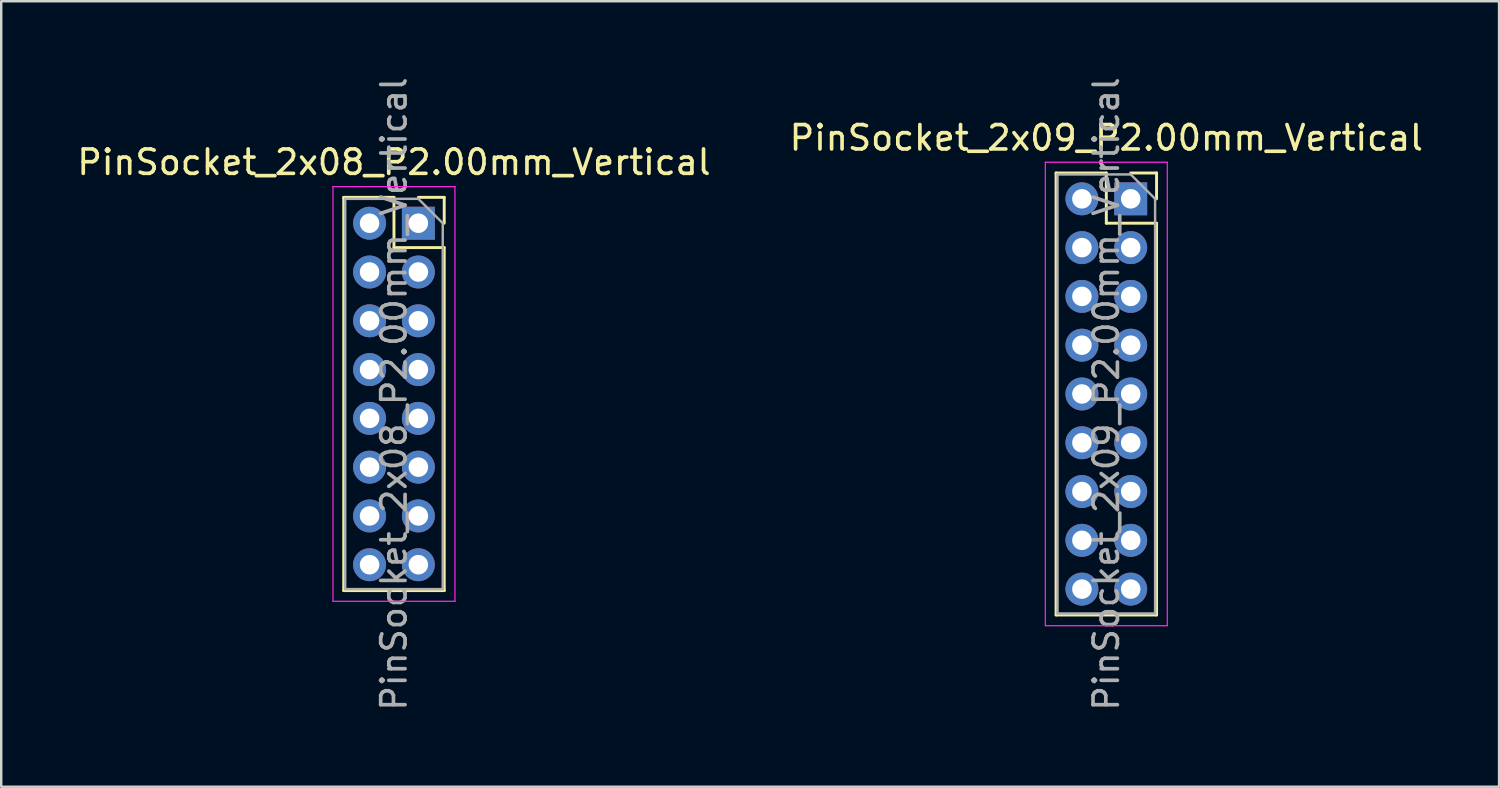
<source format=kicad_pcb>
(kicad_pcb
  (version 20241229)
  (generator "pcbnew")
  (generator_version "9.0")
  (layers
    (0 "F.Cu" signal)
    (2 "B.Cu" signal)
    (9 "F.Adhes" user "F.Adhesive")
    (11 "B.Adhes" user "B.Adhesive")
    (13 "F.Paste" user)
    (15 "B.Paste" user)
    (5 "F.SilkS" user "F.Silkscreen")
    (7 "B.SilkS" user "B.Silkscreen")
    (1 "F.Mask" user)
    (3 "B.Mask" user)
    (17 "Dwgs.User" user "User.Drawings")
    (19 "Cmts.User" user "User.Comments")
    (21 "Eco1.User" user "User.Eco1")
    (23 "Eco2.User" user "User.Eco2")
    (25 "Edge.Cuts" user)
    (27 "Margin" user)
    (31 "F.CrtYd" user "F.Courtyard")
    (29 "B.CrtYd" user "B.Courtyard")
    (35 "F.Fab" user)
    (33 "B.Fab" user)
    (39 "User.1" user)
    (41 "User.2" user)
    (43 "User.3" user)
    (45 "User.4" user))
  (footprint "PinSocket_2x09_P2.00mm_Vertical"
    (layer "F.Cu")
    (at 43.304 5.101)
    (property "Reference" "PinSocket_2x09_P2.00mm_Vertical" (at -1 -2.5 0) (layer "F.SilkS") (effects (font (size 1 1) (thickness 0.15))))
    (attr through_hole)
    (fp_line (start -3.06 -1.06) (end -3.06 17.06) (stroke (width 0.12) (type solid)) (layer "F.SilkS"))
    (fp_line (start -3.06 -1.06) (end -1 -1.06) (stroke (width 0.12) (type solid)) (layer "F.SilkS"))
    (fp_line (start -3.06 17.06) (end 1.06 17.06) (stroke (width 0.12) (type solid)) (layer "F.SilkS"))
    (fp_line (start -1 -1.06) (end -1 1) (stroke (width 0.12) (type solid)) (layer "F.SilkS"))
    (fp_line (start -1 1) (end 1.06 1) (stroke (width 0.12) (type solid)) (layer "F.SilkS"))
    (fp_line (start 0 -1.06) (end 1.06 -1.06) (stroke (width 0.12) (type solid)) (layer "F.SilkS"))
    (fp_line (start 1.06 -1.06) (end 1.06 0) (stroke (width 0.12) (type solid)) (layer "F.SilkS"))
    (fp_line (start 1.06 1) (end 1.06 17.06) (stroke (width 0.12) (type solid)) (layer "F.SilkS"))
    (fp_line (start -3.5 -1.5) (end 1.5 -1.5) (stroke (width 0.05) (type solid)) (layer "F.CrtYd"))
    (fp_line (start -3.5 17.5) (end -3.5 -1.5) (stroke (width 0.05) (type solid)) (layer "F.CrtYd"))
    (fp_line (start 1.5 -1.5) (end 1.5 17.5) (stroke (width 0.05) (type solid)) (layer "F.CrtYd"))
    (fp_line (start 1.5 17.5) (end -3.5 17.5) (stroke (width 0.05) (type solid)) (layer "F.CrtYd"))
    (fp_line (start -3 -1) (end 0 -1) (stroke (width 0.1) (type solid)) (layer "F.Fab"))
    (fp_line (start -3 17) (end -3 -1) (stroke (width 0.1) (type solid)) (layer "F.Fab"))
    (fp_line (start 0 -1) (end 1 0) (stroke (width 0.1) (type solid)) (layer "F.Fab"))
    (fp_line (start 1 0) (end 1 17) (stroke (width 0.1) (type solid)) (layer "F.Fab"))
    (fp_line (start 1 17) (end -3 17) (stroke (width 0.1) (type solid)) (layer "F.Fab"))
    (fp_text user "${REFERENCE}" (at -1 8 90) (layer "F.Fab") (effects (font (size 1 1) (thickness 0.15))))
    (pad "1" thru_hole rect (at 0 0) (size 1.35 1.35) (drill 0.8) (layers "*.Cu" "*.Mask"))
    (pad "2" thru_hole oval (at -2 0) (size 1.35 1.35) (drill 0.8) (layers "*.Cu" "*.Mask"))
    (pad "3" thru_hole oval (at 0 2) (size 1.35 1.35) (drill 0.8) (layers "*.Cu" "*.Mask"))
    (pad "4" thru_hole oval (at -2 2) (size 1.35 1.35) (drill 0.8) (layers "*.Cu" "*.Mask"))
    (pad "5" thru_hole oval (at 0 4) (size 1.35 1.35) (drill 0.8) (layers "*.Cu" "*.Mask"))
    (pad "6" thru_hole oval (at -2 4) (size 1.35 1.35) (drill 0.8) (layers "*.Cu" "*.Mask"))
    (pad "7" thru_hole oval (at 0 6) (size 1.35 1.35) (drill 0.8) (layers "*.Cu" "*.Mask"))
    (pad "8" thru_hole oval (at -2 6) (size 1.35 1.35) (drill 0.8) (layers "*.Cu" "*.Mask"))
    (pad "9" thru_hole oval (at 0 8) (size 1.35 1.35) (drill 0.8) (layers "*.Cu" "*.Mask"))
    (pad "10" thru_hole oval (at -2 8) (size 1.35 1.35) (drill 0.8) (layers "*.Cu" "*.Mask"))
    (pad "11" thru_hole oval (at 0 10) (size 1.35 1.35) (drill 0.8) (layers "*.Cu" "*.Mask"))
    (pad "12" thru_hole oval (at -2 10) (size 1.35 1.35) (drill 0.8) (layers "*.Cu" "*.Mask"))
    (pad "13" thru_hole oval (at 0 12) (size 1.35 1.35) (drill 0.8) (layers "*.Cu" "*.Mask"))
    (pad "14" thru_hole oval (at -2 12) (size 1.35 1.35) (drill 0.8) (layers "*.Cu" "*.Mask"))
    (pad "15" thru_hole oval (at 0 14) (size 1.35 1.35) (drill 0.8) (layers "*.Cu" "*.Mask"))
    (pad "16" thru_hole oval (at -2 14) (size 1.35 1.35) (drill 0.8) (layers "*.Cu" "*.Mask"))
    (pad "17" thru_hole oval (at 0 16) (size 1.35 1.35) (drill 0.8) (layers "*.Cu" "*.Mask"))
    (pad "18" thru_hole oval (at -2 16) (size 1.35 1.35) (drill 0.8) (layers "*.Cu" "*.Mask")))
  (footprint "PinSocket_2x08_P2.00mm_Vertical"
    (layer "F.Cu")
    (at 14.101 6.101)
    (property "Reference" "PinSocket_2x08_P2.00mm_Vertical" (at -1 -2.5 0) (layer "F.SilkS") (effects (font (size 1 1) (thickness 0.15))))
    (attr through_hole)
    (fp_line (start -3.06 -1.06) (end -3.06 15.06) (stroke (width 0.12) (type solid)) (layer "F.SilkS"))
    (fp_line (start -3.06 -1.06) (end -1 -1.06) (stroke (width 0.12) (type solid)) (layer "F.SilkS"))
    (fp_line (start -3.06 15.06) (end 1.06 15.06) (stroke (width 0.12) (type solid)) (layer "F.SilkS"))
    (fp_line (start -1 -1.06) (end -1 1) (stroke (width 0.12) (type solid)) (layer "F.SilkS"))
    (fp_line (start -1 1) (end 1.06 1) (stroke (width 0.12) (type solid)) (layer "F.SilkS"))
    (fp_line (start 0 -1.06) (end 1.06 -1.06) (stroke (width 0.12) (type solid)) (layer "F.SilkS"))
    (fp_line (start 1.06 -1.06) (end 1.06 0) (stroke (width 0.12) (type solid)) (layer "F.SilkS"))
    (fp_line (start 1.06 1) (end 1.06 15.06) (stroke (width 0.12) (type solid)) (layer "F.SilkS"))
    (fp_line (start -3.5 -1.5) (end 1.5 -1.5) (stroke (width 0.05) (type solid)) (layer "F.CrtYd"))
    (fp_line (start -3.5 15.5) (end -3.5 -1.5) (stroke (width 0.05) (type solid)) (layer "F.CrtYd"))
    (fp_line (start 1.5 -1.5) (end 1.5 15.5) (stroke (width 0.05) (type solid)) (layer "F.CrtYd"))
    (fp_line (start 1.5 15.5) (end -3.5 15.5) (stroke (width 0.05) (type solid)) (layer "F.CrtYd"))
    (fp_line (start -3 -1) (end 0 -1) (stroke (width 0.1) (type solid)) (layer "F.Fab"))
    (fp_line (start -3 15) (end -3 -1) (stroke (width 0.1) (type solid)) (layer "F.Fab"))
    (fp_line (start 0 -1) (end 1 0) (stroke (width 0.1) (type solid)) (layer "F.Fab"))
    (fp_line (start 1 0) (end 1 15) (stroke (width 0.1) (type solid)) (layer "F.Fab"))
    (fp_line (start 1 15) (end -3 15) (stroke (width 0.1) (type solid)) (layer "F.Fab"))
    (fp_text user "${REFERENCE}" (at -1 7 90) (layer "F.Fab") (effects (font (size 1 1) (thickness 0.15))))
    (pad "1" thru_hole rect (at 0 0) (size 1.35 1.35) (drill 0.8) (layers "*.Cu" "*.Mask"))
    (pad "2" thru_hole oval (at -2 0) (size 1.35 1.35) (drill 0.8) (layers "*.Cu" "*.Mask"))
    (pad "3" thru_hole oval (at 0 2) (size 1.35 1.35) (drill 0.8) (layers "*.Cu" "*.Mask"))
    (pad "4" thru_hole oval (at -2 2) (size 1.35 1.35) (drill 0.8) (layers "*.Cu" "*.Mask"))
    (pad "5" thru_hole oval (at 0 4) (size 1.35 1.35) (drill 0.8) (layers "*.Cu" "*.Mask"))
    (pad "6" thru_hole oval (at -2 4) (size 1.35 1.35) (drill 0.8) (layers "*.Cu" "*.Mask"))
    (pad "7" thru_hole oval (at 0 6) (size 1.35 1.35) (drill 0.8) (layers "*.Cu" "*.Mask"))
    (pad "8" thru_hole oval (at -2 6) (size 1.35 1.35) (drill 0.8) (layers "*.Cu" "*.Mask"))
    (pad "9" thru_hole oval (at 0 8) (size 1.35 1.35) (drill 0.8) (layers "*.Cu" "*.Mask"))
    (pad "10" thru_hole oval (at -2 8) (size 1.35 1.35) (drill 0.8) (layers "*.Cu" "*.Mask"))
    (pad "11" thru_hole oval (at 0 10) (size 1.35 1.35) (drill 0.8) (layers "*.Cu" "*.Mask"))
    (pad "12" thru_hole oval (at -2 10) (size 1.35 1.35) (drill 0.8) (layers "*.Cu" "*.Mask"))
    (pad "13" thru_hole oval (at 0 12) (size 1.35 1.35) (drill 0.8) (layers "*.Cu" "*.Mask"))
    (pad "14" thru_hole oval (at -2 12) (size 1.35 1.35) (drill 0.8) (layers "*.Cu" "*.Mask"))
    (pad "15" thru_hole oval (at 0 14) (size 1.35 1.35) (drill 0.8) (layers "*.Cu" "*.Mask"))
    (pad "16" thru_hole oval (at -2 14) (size 1.35 1.35) (drill 0.8) (layers "*.Cu" "*.Mask")))
  (gr_rect
    (start -3 -3)
    (end 58.405 29.202)
    (stroke (width 0.1) (type default))
    (fill no)
    (layer "Edge.Cuts")))
</source>
